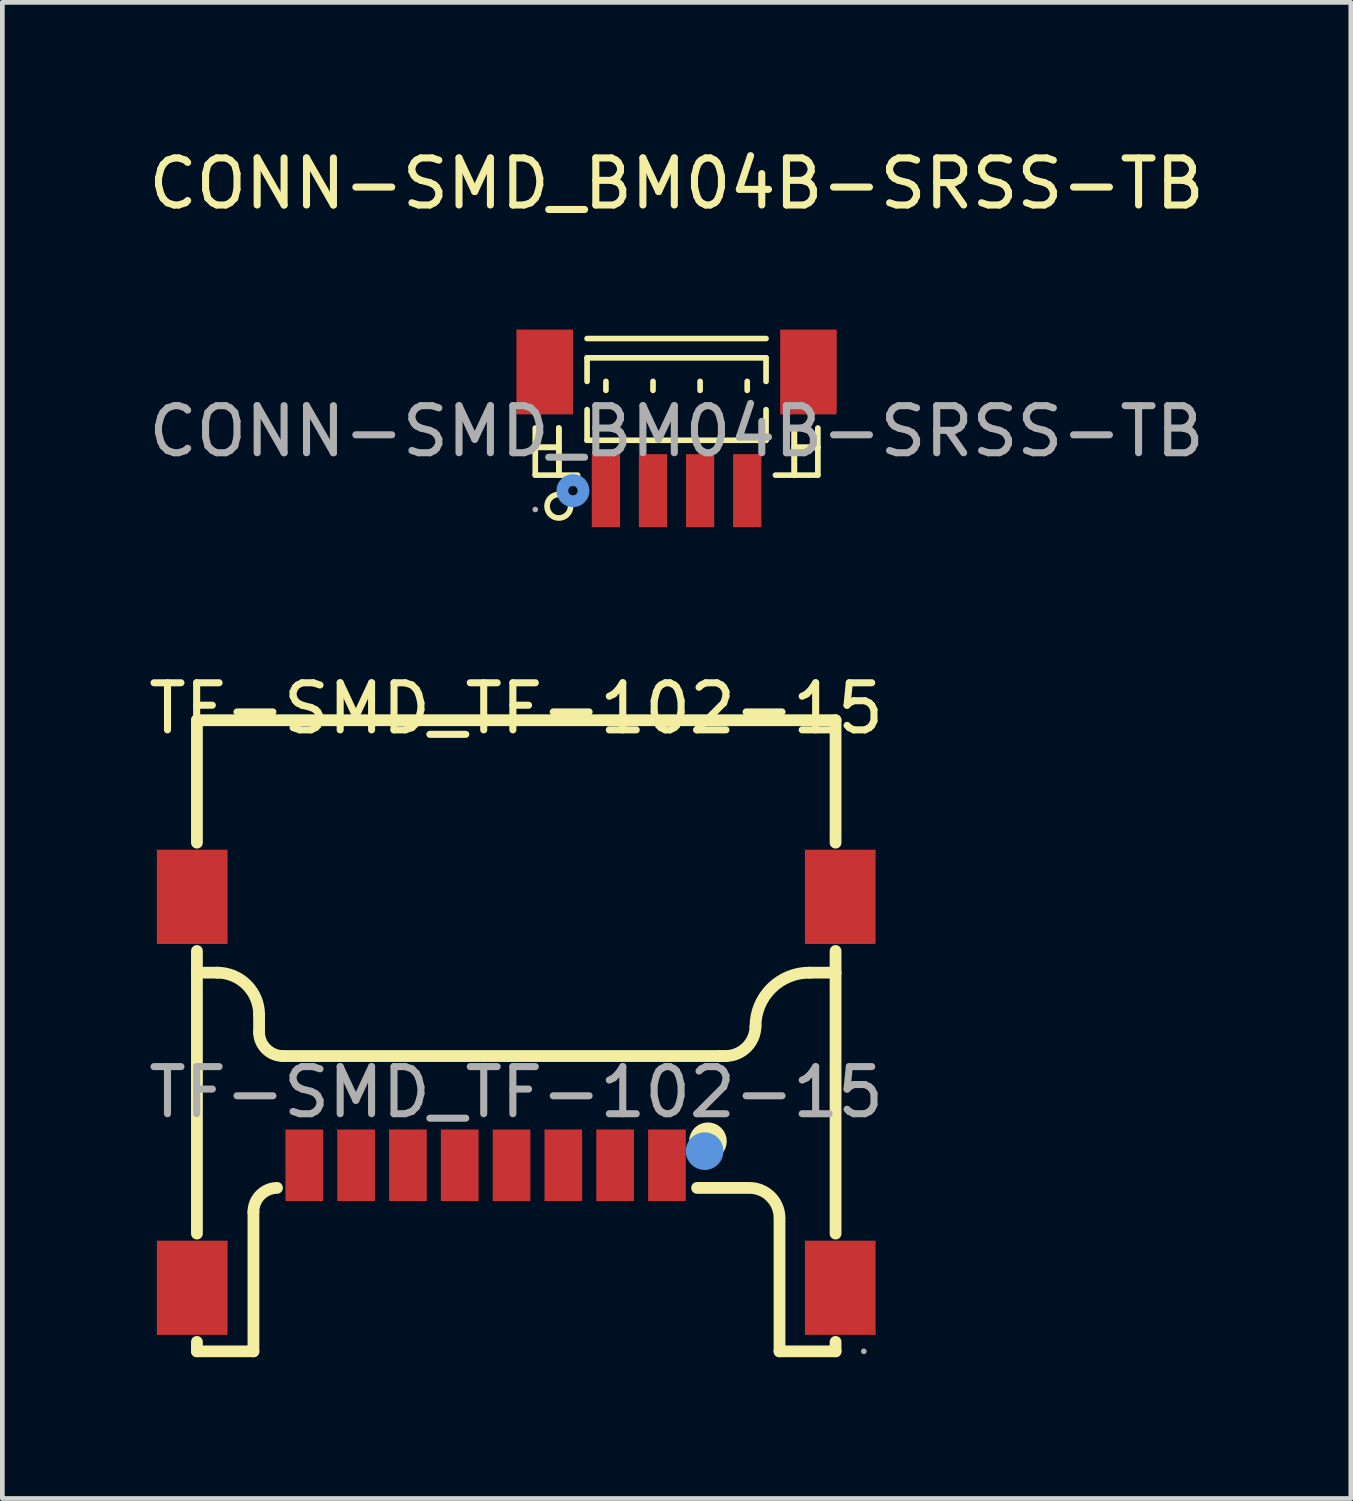
<source format=kicad_pcb>
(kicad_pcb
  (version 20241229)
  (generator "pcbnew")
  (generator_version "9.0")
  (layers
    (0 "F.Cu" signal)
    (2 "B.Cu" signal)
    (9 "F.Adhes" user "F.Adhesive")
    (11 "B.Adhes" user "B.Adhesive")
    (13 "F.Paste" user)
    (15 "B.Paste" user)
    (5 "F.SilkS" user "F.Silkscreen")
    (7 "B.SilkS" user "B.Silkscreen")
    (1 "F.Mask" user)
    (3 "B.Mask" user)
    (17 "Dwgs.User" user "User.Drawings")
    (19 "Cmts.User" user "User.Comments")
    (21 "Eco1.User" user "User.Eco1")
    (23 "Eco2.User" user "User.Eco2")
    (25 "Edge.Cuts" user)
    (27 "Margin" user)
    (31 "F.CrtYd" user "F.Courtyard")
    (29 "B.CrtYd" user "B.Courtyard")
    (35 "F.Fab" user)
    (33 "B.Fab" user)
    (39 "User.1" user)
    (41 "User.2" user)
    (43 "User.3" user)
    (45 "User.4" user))
  (footprint "CONN-SMD_BM04B-SRSS-TB"
    (layer "F.Cu")
    (at 11.315 6.108)
    (property "Reference" "CONN-SMD_BM04B-SRSS-TB" (at 0 -5.26 0) (layer "F.SilkS") (effects (font (size 1 1) (thickness 0.15))))
    (attr smd)
    (fp_line (start -3 -0.07) (end -3 0.93) (stroke (width 0.12) (type solid)) (layer "F.SilkS"))
    (fp_line (start -3 0.34) (end -2.5 0.34) (stroke (width 0.12) (type solid)) (layer "F.SilkS"))
    (fp_line (start -3 0.93) (end -2.1 0.93) (stroke (width 0.12) (type solid)) (layer "F.SilkS"))
    (fp_line (start -2.5 -0.07) (end -2.5 0.93) (stroke (width 0.12) (type solid)) (layer "F.SilkS"))
    (fp_line (start -2.5 0.34) (end -3 0.34) (stroke (width 0.12) (type solid)) (layer "F.SilkS"))
    (fp_line (start -2.5 0.93) (end -2.5 -0.07) (stroke (width 0.12) (type solid)) (layer "F.SilkS"))
    (fp_line (start -1.9 -1.97) (end 1.9 -1.97) (stroke (width 0.12) (type solid)) (layer "F.SilkS"))
    (fp_line (start -1.9 -1.56) (end 1.9 -1.56) (stroke (width 0.12) (type solid)) (layer "F.SilkS"))
    (fp_line (start -1.9 -1.06) (end -1.9 -1.56) (stroke (width 0.12) (type solid)) (layer "F.SilkS"))
    (fp_line (start -1.9 -0.46) (end -1.9 0.19) (stroke (width 0.12) (type solid)) (layer "F.SilkS"))
    (fp_line (start -1.9 0.19) (end 1.9 0.19) (stroke (width 0.12) (type solid)) (layer "F.SilkS"))
    (fp_line (start -1.5 -1.06) (end -1.5 -0.87) (stroke (width 0.12) (type solid)) (layer "F.SilkS"))
    (fp_line (start -0.5 -1.06) (end -0.5 -0.87) (stroke (width 0.12) (type solid)) (layer "F.SilkS"))
    (fp_line (start 0.5 -1.06) (end 0.5 -0.87) (stroke (width 0.12) (type solid)) (layer "F.SilkS"))
    (fp_line (start 1.5 -1.06) (end 1.5 -0.87) (stroke (width 0.12) (type solid)) (layer "F.SilkS"))
    (fp_line (start 1.9 -1.56) (end 1.9 -1.06) (stroke (width 0.12) (type solid)) (layer "F.SilkS"))
    (fp_line (start 1.9 0.19) (end 1.9 -0.46) (stroke (width 0.12) (type solid)) (layer "F.SilkS"))
    (fp_line (start 2.5 -0.07) (end 2.5 0.93) (stroke (width 0.12) (type solid)) (layer "F.SilkS"))
    (fp_line (start 2.5 0.34) (end 3 0.34) (stroke (width 0.12) (type solid)) (layer "F.SilkS"))
    (fp_line (start 2.5 0.93) (end 2.5 -0.07) (stroke (width 0.12) (type solid)) (layer "F.SilkS"))
    (fp_line (start 3 -0.07) (end 3 0.93) (stroke (width 0.12) (type solid)) (layer "F.SilkS"))
    (fp_line (start 3 0.34) (end 2.5 0.34) (stroke (width 0.12) (type solid)) (layer "F.SilkS"))
    (fp_line (start 3 0.93) (end 2.1 0.93) (stroke (width 0.12) (type solid)) (layer "F.SilkS"))
    (fp_arc (start -2.25 1.6) (mid -2.7502 1.589998) (end -2.25 1.580005) (stroke (width 0.12) (type solid)) (layer "F.SilkS"))
    (fp_circle (center -2.2 1.26) (end -2.1 1.26) (stroke (width 0.25) (type solid)) (fill no) (layer "Cmts.User"))
    (fp_circle (center -3 1.66) (end -2.97 1.66) (stroke (width 0.06) (type solid)) (fill no) (layer "F.Fab"))
    (fp_text user "${REFERENCE}" (at 0 0 0) (layer "F.Fab") (effects (font (size 1 1) (thickness 0.15))))
    (pad "0" smd rect (at -2.8 -1.26) (size 1.2 1.8) (layers "F.Cu" "F.Mask" "F.Paste"))
    (pad "0" smd rect (at 2.8 -1.26) (size 1.2 1.8) (layers "F.Cu" "F.Mask" "F.Paste"))
    (pad "1" smd rect (at -1.5 1.26) (size 0.6 1.55) (layers "F.Cu" "F.Mask" "F.Paste"))
    (pad "2" smd rect (at -0.5 1.26) (size 0.6 1.55) (layers "F.Cu" "F.Mask" "F.Paste"))
    (pad "3" smd rect (at 0.5 1.26) (size 0.6 1.55) (layers "F.Cu" "F.Mask" "F.Paste"))
    (pad "4" smd rect (at 1.5 1.26) (size 0.6 1.55) (layers "F.Cu" "F.Mask" "F.Paste")))
  (footprint "TF-SMD_TF-102-15"
    (layer "F.Cu")
    (at 7.911 20.142)
    (property "Reference" "TF-SMD_TF-102-15" (at 0 -8.15 0) (layer "F.SilkS") (effects (font (size 1 1) (thickness 0.15))))
    (attr smd)
    (fp_line (start -6.78 -7.9) (end -6.78 -5.3) (stroke (width 0.25) (type solid)) (layer "F.SilkS"))
    (fp_line (start -6.78 -7.9) (end 6.78 -7.9) (stroke (width 0.25) (type solid)) (layer "F.SilkS"))
    (fp_line (start -6.78 -3) (end -6.78 3) (stroke (width 0.25) (type solid)) (layer "F.SilkS"))
    (fp_line (start -6.78 -2.54) (end -6.34 -2.54) (stroke (width 0.25) (type solid)) (layer "F.SilkS"))
    (fp_line (start -6.78 5.3) (end -6.78 5.5) (stroke (width 0.25) (type solid)) (layer "F.SilkS"))
    (fp_line (start -6.78 5.5) (end -5.58 5.5) (stroke (width 0.25) (type solid)) (layer "F.SilkS"))
    (fp_line (start -5.58 5.5) (end -5.58 2.54) (stroke (width 0.25) (type solid)) (layer "F.SilkS"))
    (fp_line (start -5.46 -1.65) (end -5.46 -1.27) (stroke (width 0.25) (type solid)) (layer "F.SilkS"))
    (fp_line (start -4.95 -0.77) (end 4.32 -0.77) (stroke (width 0.25) (type solid)) (layer "F.SilkS"))
    (fp_line (start 4.32 -0.77) (end 4.45 -0.77) (stroke (width 0.25) (type solid)) (layer "F.SilkS"))
    (fp_line (start 4.9 2.03) (end 3.84 2.03) (stroke (width 0.25) (type solid)) (layer "F.SilkS"))
    (fp_line (start 5.59 5.5) (end 5.59 2.7) (stroke (width 0.25) (type solid)) (layer "F.SilkS"))
    (fp_line (start 6.23 -2.54) (end 6.78 -2.54) (stroke (width 0.25) (type solid)) (layer "F.SilkS"))
    (fp_line (start 6.78 -7.9) (end 6.78 -5.3) (stroke (width 0.25) (type solid)) (layer "F.SilkS"))
    (fp_line (start 6.78 -3) (end 6.78 3) (stroke (width 0.25) (type solid)) (layer "F.SilkS"))
    (fp_line (start 6.78 5.3) (end 6.78 5.5) (stroke (width 0.25) (type solid)) (layer "F.SilkS"))
    (fp_line (start 6.78 5.5) (end 5.59 5.5) (stroke (width 0.25) (type solid)) (layer "F.SilkS"))
    (fp_arc (start -6.35 -2.54) (mid -5.720675 -2.279325) (end -5.46 -1.65) (stroke (width 0.25) (type solid)) (layer "F.SilkS"))
    (fp_arc (start -5.580098 2.540118) (mid -5.434253 2.182901) (end -5.08 2.03) (stroke (width 0.25) (type solid)) (layer "F.SilkS"))
    (fp_arc (start -4.95 -0.77) (mid -5.307114 -0.915899) (end -5.459904 -1.27012) (stroke (width 0.25) (type solid)) (layer "F.SilkS"))
    (fp_arc (start 4.959884 2.029998) (mid 5.402563 2.217355) (end 5.59 2.66) (stroke (width 0.25) (type solid)) (layer "F.SilkS"))
    (fp_arc (start 5.079956 -1.400051) (mid 5.417429 -2.209679) (end 6.23 -2.54) (stroke (width 0.25) (type solid)) (layer "F.SilkS"))
    (fp_arc (start 5.08 -1.4) (mid 4.892563 -0.957355) (end 4.449884 -0.769998) (stroke (width 0.25) (type solid)) (layer "F.SilkS"))
    (fp_circle (center 4.07 1.04) (end 4.27 1.04) (stroke (width 0.4) (type solid)) (fill no) (layer "F.SilkS"))
    (fp_circle (center 4 1.25) (end 4.2 1.25) (stroke (width 0.4) (type solid)) (fill no) (layer "Cmts.User"))
    (fp_circle (center 7.38 5.5) (end 7.41 5.5) (stroke (width 0.06) (type solid)) (fill no) (layer "F.Fab"))
    (fp_text user "${REFERENCE}" (at 0 0 0) (layer "F.Fab") (effects (font (size 1 1) (thickness 0.15))))
    (pad "1" smd rect (at 3.2 1.55) (size 0.8 1.52) (layers "F.Cu" "F.Mask" "F.Paste"))
    (pad "2" smd rect (at 2.1 1.55) (size 0.8 1.52) (layers "F.Cu" "F.Mask" "F.Paste"))
    (pad "3" smd rect (at 1 1.55) (size 0.8 1.52) (layers "F.Cu" "F.Mask" "F.Paste"))
    (pad "4" smd rect (at -0.1 1.55) (size 0.8 1.52) (layers "F.Cu" "F.Mask" "F.Paste"))
    (pad "5" smd rect (at -1.2 1.55) (size 0.8 1.52) (layers "F.Cu" "F.Mask" "F.Paste"))
    (pad "6" smd rect (at -2.3 1.55) (size 0.8 1.52) (layers "F.Cu" "F.Mask" "F.Paste"))
    (pad "7" smd rect (at -3.4 1.55) (size 0.8 1.52) (layers "F.Cu" "F.Mask" "F.Paste"))
    (pad "8" smd rect (at -4.5 1.55) (size 0.8 1.52) (layers "F.Cu" "F.Mask" "F.Paste"))
    (pad "9" smd rect (at -6.88 -4.15) (size 1.5 2) (layers "F.Cu" "F.Mask" "F.Paste"))
    (pad "10" smd rect (at -6.88 4.15) (size 1.5 2) (layers "F.Cu" "F.Mask" "F.Paste"))
    (pad "11" smd rect (at 6.88 -4.15) (size 1.5 2) (layers "F.Cu" "F.Mask" "F.Paste"))
    (pad "12" smd rect (at 6.88 4.15) (size 1.5 2) (layers "F.Cu" "F.Mask" "F.Paste")))
  (gr_rect
    (start -3 -3)
    (end 25.631 28.767)
    (stroke (width 0.1) (type default))
    (fill no)
    (layer "Edge.Cuts")))
</source>
